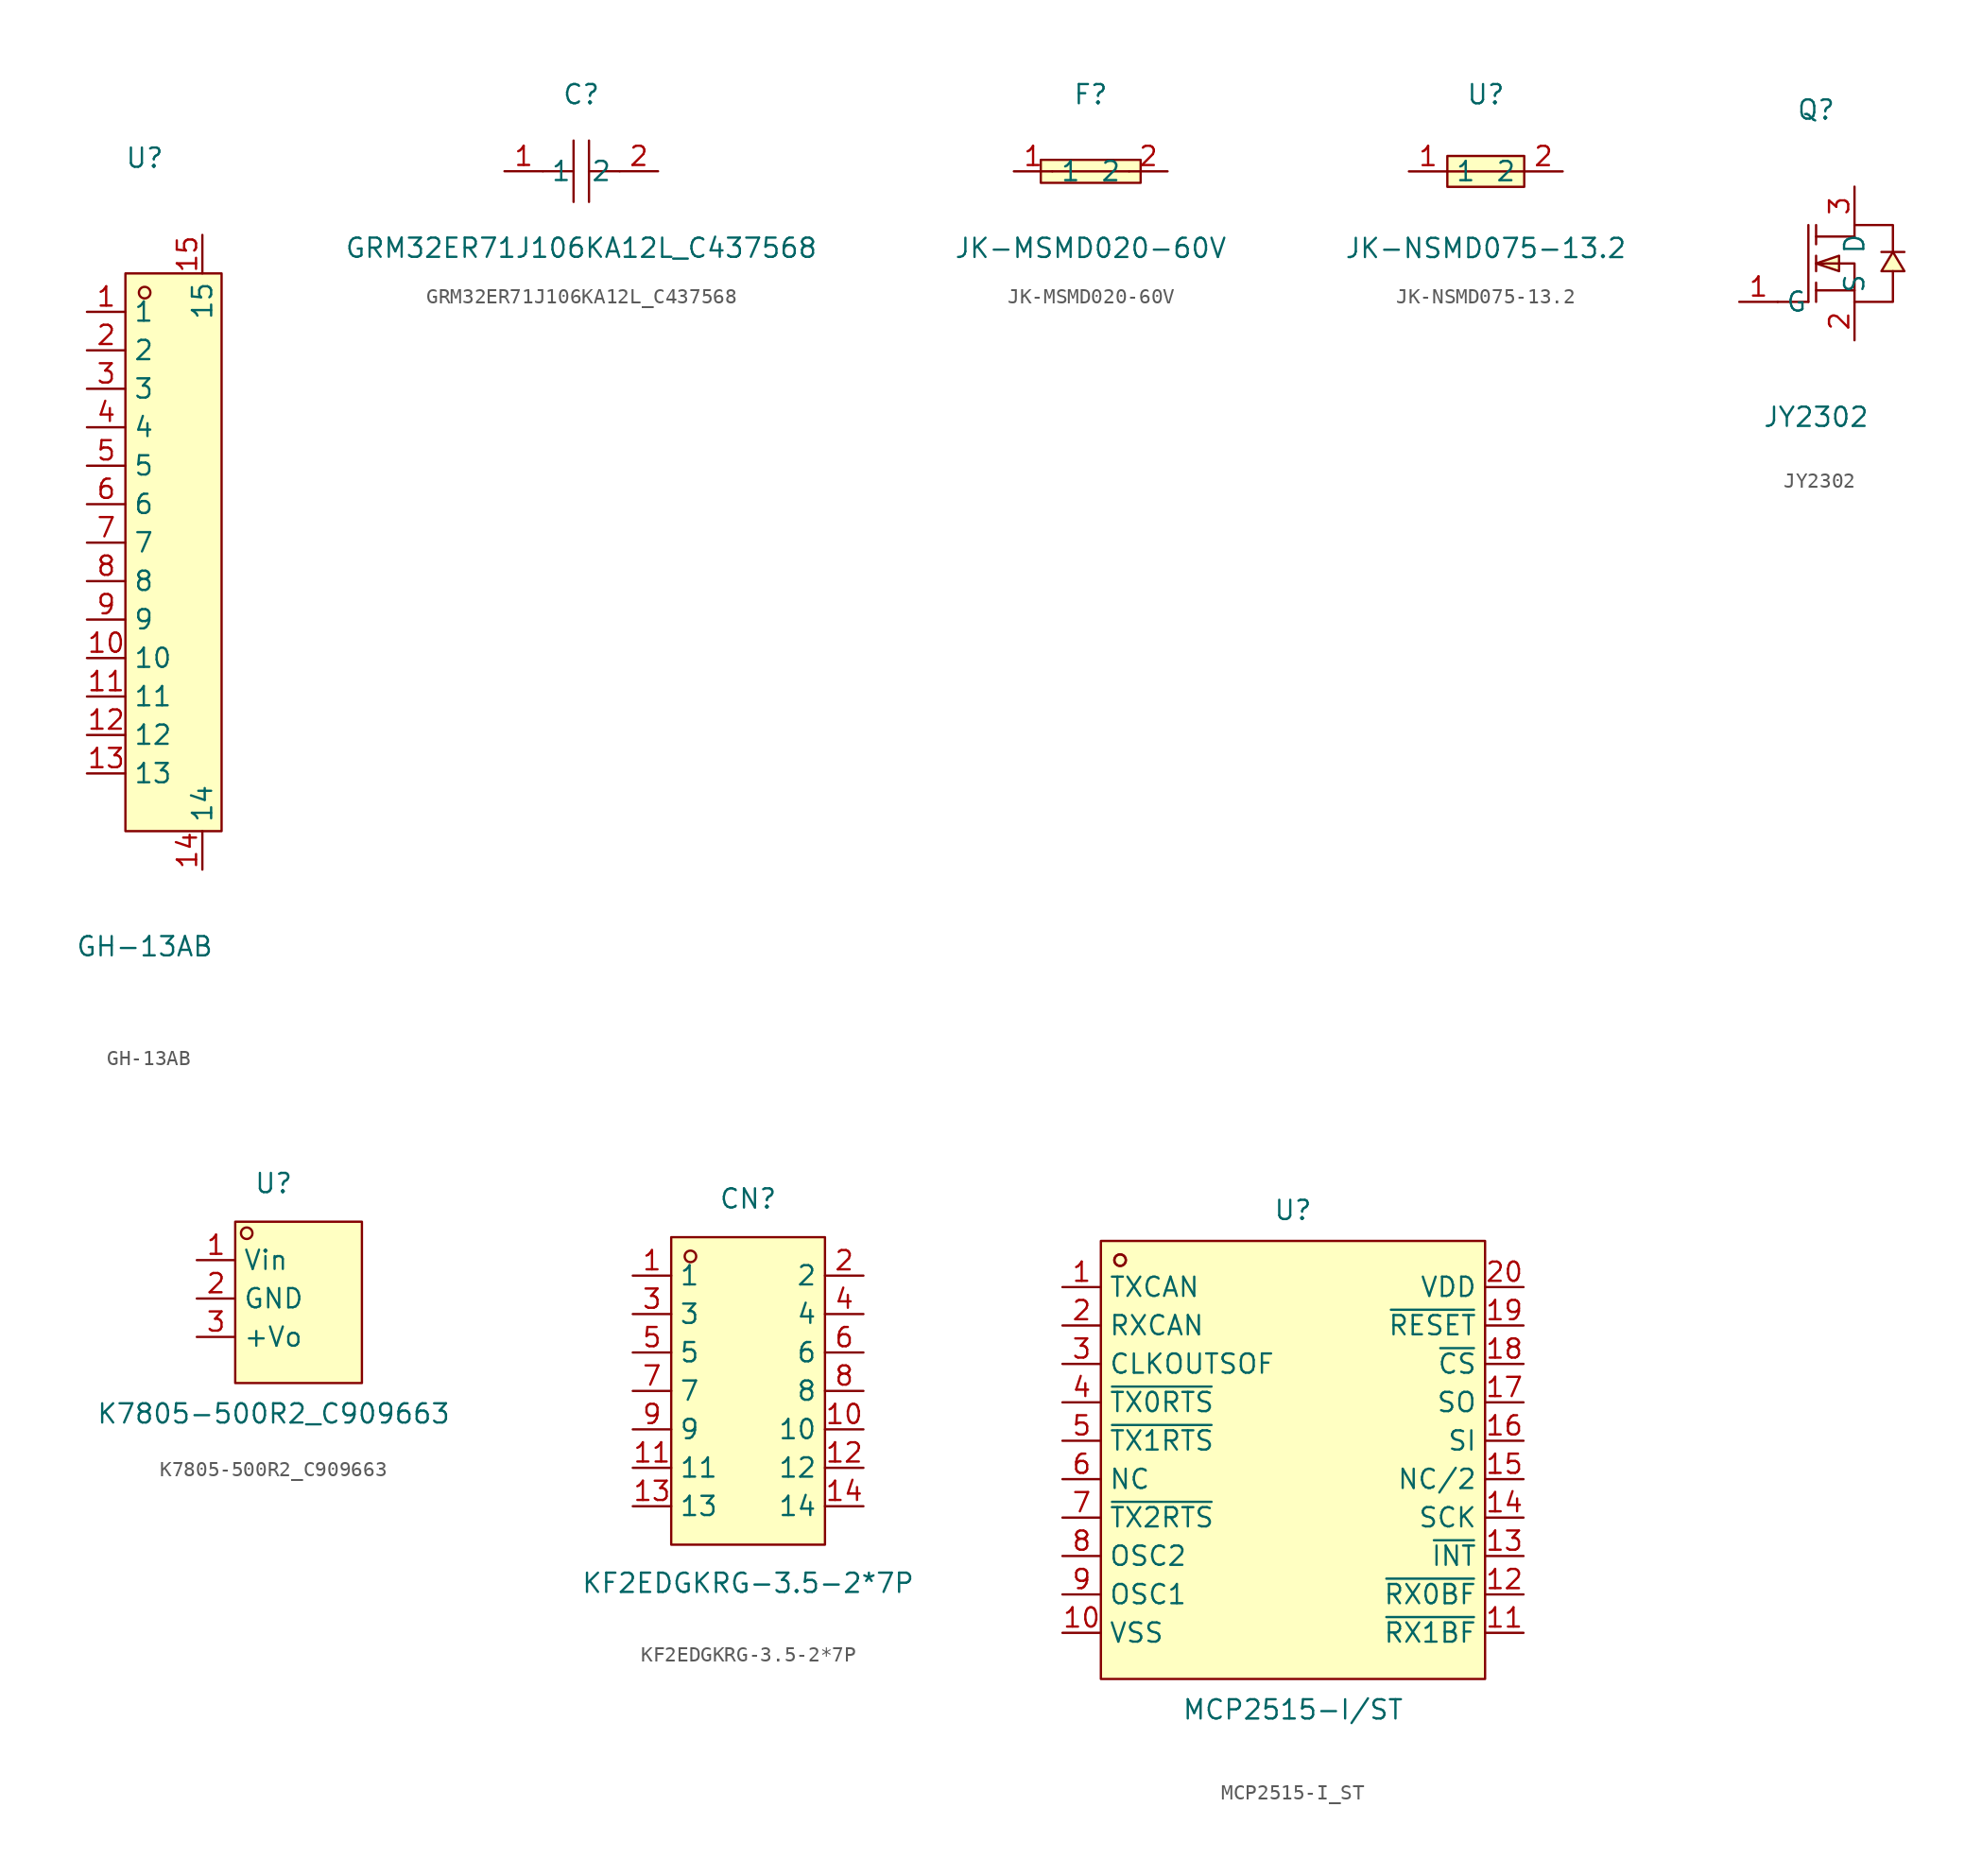
<source format=kicad_sym>
(kicad_symbol_lib
  (version 20211014)
  (generator https://github.com/uPesy/easyeda2kicad.py)
  (symbol "GH-13AB"
    (property "Reference" "U"
      (at 0 26.67 0)
      (effects (font (size 1.27 1.27))))
    (property "Value" "GH-13AB"
      (at 0 -25.40 0)
      (effects (font (size 1.27 1.27))))
    (symbol "GH-13AB_0_1"
      (rectangle (start -1.27 19.05) (end 5.08 -17.78) (stroke (width 0) (type default) (color 0 0 0 0)) (fill (type background)))
      (circle (center 0.00 17.78) (radius 0.38) (stroke (width 0) (type default) (color 0 0 0 0)) (fill (type none)))
      (pin unspecified line (at -3.81 16.51 0) (length 2.54) (name "1" (effects (font (size 1.27 1.27)))) (number "1" (effects (font (size 1.27 1.27)))))
      (pin unspecified line (at -3.81 13.97 0) (length 2.54) (name "2" (effects (font (size 1.27 1.27)))) (number "2" (effects (font (size 1.27 1.27)))))
      (pin unspecified line (at -3.81 11.43 0) (length 2.54) (name "3" (effects (font (size 1.27 1.27)))) (number "3" (effects (font (size 1.27 1.27)))))
      (pin unspecified line (at -3.81 8.89 0) (length 2.54) (name "4" (effects (font (size 1.27 1.27)))) (number "4" (effects (font (size 1.27 1.27)))))
      (pin unspecified line (at -3.81 6.35 0) (length 2.54) (name "5" (effects (font (size 1.27 1.27)))) (number "5" (effects (font (size 1.27 1.27)))))
      (pin unspecified line (at -3.81 3.81 0) (length 2.54) (name "6" (effects (font (size 1.27 1.27)))) (number "6" (effects (font (size 1.27 1.27)))))
      (pin unspecified line (at -3.81 1.27 0) (length 2.54) (name "7" (effects (font (size 1.27 1.27)))) (number "7" (effects (font (size 1.27 1.27)))))
      (pin unspecified line (at -3.81 -1.27 0) (length 2.54) (name "8" (effects (font (size 1.27 1.27)))) (number "8" (effects (font (size 1.27 1.27)))))
      (pin unspecified line (at -3.81 -3.81 0) (length 2.54) (name "9" (effects (font (size 1.27 1.27)))) (number "9" (effects (font (size 1.27 1.27)))))
      (pin unspecified line (at -3.81 -6.35 0) (length 2.54) (name "10" (effects (font (size 1.27 1.27)))) (number "10" (effects (font (size 1.27 1.27)))))
      (pin unspecified line (at -3.81 -8.89 0) (length 2.54) (name "11" (effects (font (size 1.27 1.27)))) (number "11" (effects (font (size 1.27 1.27)))))
      (pin unspecified line (at -3.81 -11.43 0) (length 2.54) (name "12" (effects (font (size 1.27 1.27)))) (number "12" (effects (font (size 1.27 1.27)))))
      (pin unspecified line (at -3.81 -13.97 0) (length 2.54) (name "13" (effects (font (size 1.27 1.27)))) (number "13" (effects (font (size 1.27 1.27)))))
      (pin unspecified line (at 3.81 -20.32 90) (length 2.54) (name "14" (effects (font (size 1.27 1.27)))) (number "14" (effects (font (size 1.27 1.27)))))
      (pin unspecified line (at 3.81 21.59 270) (length 2.54) (name "15" (effects (font (size 1.27 1.27)))) (number "15" (effects (font (size 1.27 1.27)))))))
  (symbol "GRM32ER71J106KA12L_C437568"
    (property "Reference" "C"
      (at 0 5.08 0)
      (effects (font (size 1.27 1.27))))
    (property "Value" "GRM32ER71J106KA12L_C437568"
      (at 0 -5.08 0)
      (effects (font (size 1.27 1.27))))
    (symbol "GRM32ER71J106KA12L_C437568_0_1"
      (polyline (pts (xy -0.51 -2.03) (xy -0.51 2.03)) (stroke (width 0) (type default) (color 0 0 0 0)) (fill (type none)))
      (polyline (pts (xy 2.54 -0.00) (xy 0.51 -0.00)) (stroke (width 0) (type default) (color 0 0 0 0)) (fill (type none)))
      (polyline (pts (xy 0.51 2.03) (xy 0.51 -2.03)) (stroke (width 0) (type default) (color 0 0 0 0)) (fill (type none)))
      (polyline (pts (xy -0.51 -0.00) (xy -2.54 -0.00)) (stroke (width 0) (type default) (color 0 0 0 0)) (fill (type none)))
      (pin unspecified line (at -5.08 -0.00 0) (length 2.54) (name "1" (effects (font (size 1.27 1.27)))) (number "1" (effects (font (size 1.27 1.27)))))
      (pin unspecified line (at 5.08 -0.00 180) (length 2.54) (name "2" (effects (font (size 1.27 1.27)))) (number "2" (effects (font (size 1.27 1.27)))))))
  (symbol "JK-MSMD020-60V"
    (property "Reference" "F"
      (at 0 5.08 0)
      (effects (font (size 1.27 1.27))))
    (property "Value" "JK-MSMD020-60V"
      (at 0 -5.08 0)
      (effects (font (size 1.27 1.27))))
    (symbol "JK-MSMD020-60V_0_1"
      (rectangle (start -3.30 0.76) (end 3.30 -0.76) (stroke (width 0) (type default) (color 0 0 0 0)) (fill (type background)))
      (polyline (pts (xy -2.54 -0.00) (xy 2.54 -0.00)) (stroke (width 0) (type default) (color 0 0 0 0)) (fill (type none)))
      (pin unspecified line (at 5.08 -0.00 180) (length 2.54) (name "2" (effects (font (size 1.27 1.27)))) (number "2" (effects (font (size 1.27 1.27)))))
      (pin unspecified line (at -5.08 -0.00 0) (length 2.54) (name "1" (effects (font (size 1.27 1.27)))) (number "1" (effects (font (size 1.27 1.27)))))))
  (symbol "JK-NSMD075-13.2"
    (property "Reference" "U"
      (at 0 5.08 0)
      (effects (font (size 1.27 1.27))))
    (property "Value" "JK-NSMD075-13.2"
      (at 0 -5.08 0)
      (effects (font (size 1.27 1.27))))
    (symbol "JK-NSMD075-13.2_0_1"
      (rectangle (start -2.54 1.02) (end 2.54 -1.02) (stroke (width 0) (type default) (color 0 0 0 0)) (fill (type background)))
      (polyline (pts (xy -2.54 -0.00) (xy 2.54 -0.00)) (stroke (width 0) (type default) (color 0 0 0 0)) (fill (type none)))
      (pin unspecified line (at -5.08 -0.00 0) (length 2.54) (name "1" (effects (font (size 1.27 1.27)))) (number "1" (effects (font (size 1.27 1.27)))))
      (pin unspecified line (at 5.08 -0.00 180) (length 2.54) (name "2" (effects (font (size 1.27 1.27)))) (number "2" (effects (font (size 1.27 1.27)))))))
  (symbol "JY2302"
    (property "Reference" "Q"
      (at 0 10.16 0)
      (effects (font (size 1.27 1.27))))
    (property "Value" "JY2302"
      (at 0 -10.16 0)
      (effects (font (size 1.27 1.27))))
    (symbol "JY2302_0_1"
      (polyline (pts (xy 2.54 -2.54) (xy 5.08 -2.54) (xy 5.08 -0.51)) (stroke (width 0) (type default) (color 0 0 0 0)) (fill (type none)))
      (polyline (pts (xy 2.54 1.78) (xy 2.54 2.54) (xy 5.08 2.54) (xy 5.08 0.76)) (stroke (width 0) (type default) (color 0 0 0 0)) (fill (type none)))
      (polyline (pts (xy 2.54 1.78) (xy 0.00 1.78)) (stroke (width 0) (type default) (color 0 0 0 0)) (fill (type none)))
      (polyline (pts (xy 0.00 -0.00) (xy 2.54 -0.00) (xy 2.54 -2.54)) (stroke (width 0) (type default) (color 0 0 0 0)) (fill (type none)))
      (polyline (pts (xy 2.54 -1.78) (xy 0.00 -1.78)) (stroke (width 0) (type default) (color 0 0 0 0)) (fill (type none)))
      (polyline (pts (xy -0.51 2.54) (xy -0.51 -2.54)) (stroke (width 0) (type default) (color 0 0 0 0)) (fill (type none)))
      (polyline (pts (xy 0.00 1.27) (xy 0.00 2.54)) (stroke (width 0) (type default) (color 0 0 0 0)) (fill (type none)))
      (polyline (pts (xy 0.00 -0.51) (xy 0.00 0.51)) (stroke (width 0) (type default) (color 0 0 0 0)) (fill (type none)))
      (polyline (pts (xy 0.00 -2.54) (xy 0.00 -1.27)) (stroke (width 0) (type default) (color 0 0 0 0)) (fill (type none)))
      (polyline (pts (xy -2.54 -2.54) (xy -0.51 -2.54)) (stroke (width 0) (type default) (color 0 0 0 0)) (fill (type none)))
      (polyline (pts (xy 5.84 0.76) (xy 5.59 0.76) (xy 4.57 0.76) (xy 4.32 0.76)) (stroke (width 0) (type default) (color 0 0 0 0)) (fill (type none)))
      (polyline (pts (xy 0.00 -0.00) (xy 1.52 0.51) (xy 1.52 -0.51) (xy 0.00 -0.00)) (stroke (width 0) (type default) (color 0 0 0 0)) (fill (type background)))
      (polyline (pts (xy 5.08 0.76) (xy 4.32 -0.51) (xy 5.84 -0.51) (xy 5.08 0.76)) (stroke (width 0) (type default) (color 0 0 0 0)) (fill (type background)))
      (pin unspecified line (at 2.54 5.08 270) (length 2.54) (name "D" (effects (font (size 1.27 1.27)))) (number "3" (effects (font (size 1.27 1.27)))))
      (pin unspecified line (at -5.08 -2.54 0) (length 2.54) (name "G" (effects (font (size 1.27 1.27)))) (number "1" (effects (font (size 1.27 1.27)))))
      (pin unspecified line (at 2.54 -5.08 90) (length 2.54) (name "S" (effects (font (size 1.27 1.27)))) (number "2" (effects (font (size 1.27 1.27)))))))
  (symbol "K7805-500R2_C909663"
    (property "Reference" "U"
      (at 0 7.62 0)
      (effects (font (size 1.27 1.27))))
    (property "Value" "K7805-500R2_C909663"
      (at 0 -7.62 0)
      (effects (font (size 1.27 1.27))))
    (symbol "K7805-500R2_C909663_0_1"
      (rectangle (start -2.54 5.08) (end 5.84 -5.59) (stroke (width 0) (type default) (color 0 0 0 0)) (fill (type background)))
      (circle (center -1.78 4.32) (radius 0.38) (stroke (width 0) (type default) (color 0 0 0 0)) (fill (type none)))
      (pin unspecified line (at -5.08 -2.54 0) (length 2.54) (name "+Vo" (effects (font (size 1.27 1.27)))) (number "3" (effects (font (size 1.27 1.27)))))
      (pin unspecified line (at -5.08 -0.00 0) (length 2.54) (name "GND" (effects (font (size 1.27 1.27)))) (number "2" (effects (font (size 1.27 1.27)))))
      (pin unspecified line (at -5.08 2.54 0) (length 2.54) (name "Vin" (effects (font (size 1.27 1.27)))) (number "1" (effects (font (size 1.27 1.27)))))))
  (symbol "KF2EDGKRG-3.5-2*7P"
    (property "Reference" "CN"
      (at 0 12.70 0)
      (effects (font (size 1.27 1.27))))
    (property "Value" "KF2EDGKRG-3.5-2*7P"
      (at 0 -12.70 0)
      (effects (font (size 1.27 1.27))))
    (symbol "KF2EDGKRG-3.5-2*7P_0_1"
      (rectangle (start -5.08 10.16) (end 5.08 -10.16) (stroke (width 0) (type default) (color 0 0 0 0)) (fill (type background)))
      (circle (center -3.81 8.89) (radius 0.38) (stroke (width 0) (type default) (color 0 0 0 0)) (fill (type none)))
      (pin unspecified line (at -7.62 7.62 0) (length 2.54) (name "1" (effects (font (size 1.27 1.27)))) (number "1" (effects (font (size 1.27 1.27)))))
      (pin unspecified line (at 7.62 -7.62 180) (length 2.54) (name "14" (effects (font (size 1.27 1.27)))) (number "14" (effects (font (size 1.27 1.27)))))
      (pin unspecified line (at -7.62 5.08 0) (length 2.54) (name "3" (effects (font (size 1.27 1.27)))) (number "3" (effects (font (size 1.27 1.27)))))
      (pin unspecified line (at 7.62 -5.08 180) (length 2.54) (name "12" (effects (font (size 1.27 1.27)))) (number "12" (effects (font (size 1.27 1.27)))))
      (pin unspecified line (at -7.62 2.54 0) (length 2.54) (name "5" (effects (font (size 1.27 1.27)))) (number "5" (effects (font (size 1.27 1.27)))))
      (pin unspecified line (at 7.62 -2.54 180) (length 2.54) (name "10" (effects (font (size 1.27 1.27)))) (number "10" (effects (font (size 1.27 1.27)))))
      (pin unspecified line (at -7.62 -0.00 0) (length 2.54) (name "7" (effects (font (size 1.27 1.27)))) (number "7" (effects (font (size 1.27 1.27)))))
      (pin unspecified line (at 7.62 -0.00 180) (length 2.54) (name "8" (effects (font (size 1.27 1.27)))) (number "8" (effects (font (size 1.27 1.27)))))
      (pin unspecified line (at -7.62 -2.54 0) (length 2.54) (name "9" (effects (font (size 1.27 1.27)))) (number "9" (effects (font (size 1.27 1.27)))))
      (pin unspecified line (at 7.62 2.54 180) (length 2.54) (name "6" (effects (font (size 1.27 1.27)))) (number "6" (effects (font (size 1.27 1.27)))))
      (pin unspecified line (at -7.62 -5.08 0) (length 2.54) (name "11" (effects (font (size 1.27 1.27)))) (number "11" (effects (font (size 1.27 1.27)))))
      (pin unspecified line (at 7.62 5.08 180) (length 2.54) (name "4" (effects (font (size 1.27 1.27)))) (number "4" (effects (font (size 1.27 1.27)))))
      (pin unspecified line (at -7.62 -7.62 0) (length 2.54) (name "13" (effects (font (size 1.27 1.27)))) (number "13" (effects (font (size 1.27 1.27)))))
      (pin unspecified line (at 7.62 7.62 180) (length 2.54) (name "2" (effects (font (size 1.27 1.27)))) (number "2" (effects (font (size 1.27 1.27)))))))
  (symbol "MCP2515-I_ST"
    (property "Reference" "U"
      (at 0 16.51 0)
      (effects (font (size 1.27 1.27))))
    (property "Value" "MCP2515-I/ST"
      (at 0 -16.51 0)
      (effects (font (size 1.27 1.27))))
    (symbol "MCP2515-I_ST_0_1"
      (rectangle (start -12.70 14.48) (end 12.70 -14.48) (stroke (width 0) (type default) (color 0 0 0 0)) (fill (type background)))
      (circle (center -11.43 13.21) (radius 0.38) (stroke (width 0) (type default) (color 0 0 0 0)) (fill (type none)))
      (circle (center -11.43 13.21) (radius 0.38) (stroke (width 0) (type default) (color 0 0 0 0)) (fill (type none)))
      (pin unspecified line (at -15.24 11.43 0) (length 2.54) (name "TXCAN" (effects (font (size 1.27 1.27)))) (number "1" (effects (font (size 1.27 1.27)))))
      (pin unspecified line (at -15.24 8.89 0) (length 2.54) (name "RXCAN" (effects (font (size 1.27 1.27)))) (number "2" (effects (font (size 1.27 1.27)))))
      (pin unspecified line (at -15.24 6.35 0) (length 2.54) (name "CLKOUTSOF" (effects (font (size 1.27 1.27)))) (number "3" (effects (font (size 1.27 1.27)))))
      (pin unspecified line (at -15.24 3.81 0) (length 2.54) (name "~{TX0RTS}" (effects (font (size 1.27 1.27)))) (number "4" (effects (font (size 1.27 1.27)))))
      (pin unspecified line (at -15.24 1.27 0) (length 2.54) (name "~{TX1RTS}" (effects (font (size 1.27 1.27)))) (number "5" (effects (font (size 1.27 1.27)))))
      (pin unspecified line (at -15.24 -1.27 0) (length 2.54) (name "NC" (effects (font (size 1.27 1.27)))) (number "6" (effects (font (size 1.27 1.27)))))
      (pin unspecified line (at -15.24 -3.81 0) (length 2.54) (name "~{TX2RTS}" (effects (font (size 1.27 1.27)))) (number "7" (effects (font (size 1.27 1.27)))))
      (pin unspecified line (at -15.24 -6.35 0) (length 2.54) (name "OSC2" (effects (font (size 1.27 1.27)))) (number "8" (effects (font (size 1.27 1.27)))))
      (pin unspecified line (at -15.24 -8.89 0) (length 2.54) (name "OSC1" (effects (font (size 1.27 1.27)))) (number "9" (effects (font (size 1.27 1.27)))))
      (pin unspecified line (at -15.24 -11.43 0) (length 2.54) (name "VSS" (effects (font (size 1.27 1.27)))) (number "10" (effects (font (size 1.27 1.27)))))
      (pin unspecified line (at 15.24 -11.43 180) (length 2.54) (name "~{RX1BF}" (effects (font (size 1.27 1.27)))) (number "11" (effects (font (size 1.27 1.27)))))
      (pin unspecified line (at 15.24 -8.89 180) (length 2.54) (name "~{RX0BF}" (effects (font (size 1.27 1.27)))) (number "12" (effects (font (size 1.27 1.27)))))
      (pin unspecified line (at 15.24 -6.35 180) (length 2.54) (name "~{INT}" (effects (font (size 1.27 1.27)))) (number "13" (effects (font (size 1.27 1.27)))))
      (pin unspecified line (at 15.24 -3.81 180) (length 2.54) (name "SCK" (effects (font (size 1.27 1.27)))) (number "14" (effects (font (size 1.27 1.27)))))
      (pin unspecified line (at 15.24 -1.27 180) (length 2.54) (name "NC/2" (effects (font (size 1.27 1.27)))) (number "15" (effects (font (size 1.27 1.27)))))
      (pin unspecified line (at 15.24 1.27 180) (length 2.54) (name "SI" (effects (font (size 1.27 1.27)))) (number "16" (effects (font (size 1.27 1.27)))))
      (pin unspecified line (at 15.24 3.81 180) (length 2.54) (name "SO" (effects (font (size 1.27 1.27)))) (number "17" (effects (font (size 1.27 1.27)))))
      (pin unspecified line (at 15.24 6.35 180) (length 2.54) (name "~{CS}" (effects (font (size 1.27 1.27)))) (number "18" (effects (font (size 1.27 1.27)))))
      (pin unspecified line (at 15.24 8.89 180) (length 2.54) (name "~{RESET}" (effects (font (size 1.27 1.27)))) (number "19" (effects (font (size 1.27 1.27)))))
      (pin unspecified line (at 15.24 11.43 180) (length 2.54) (name "VDD" (effects (font (size 1.27 1.27)))) (number "20" (effects (font (size 1.27 1.27))))))))
</source>
